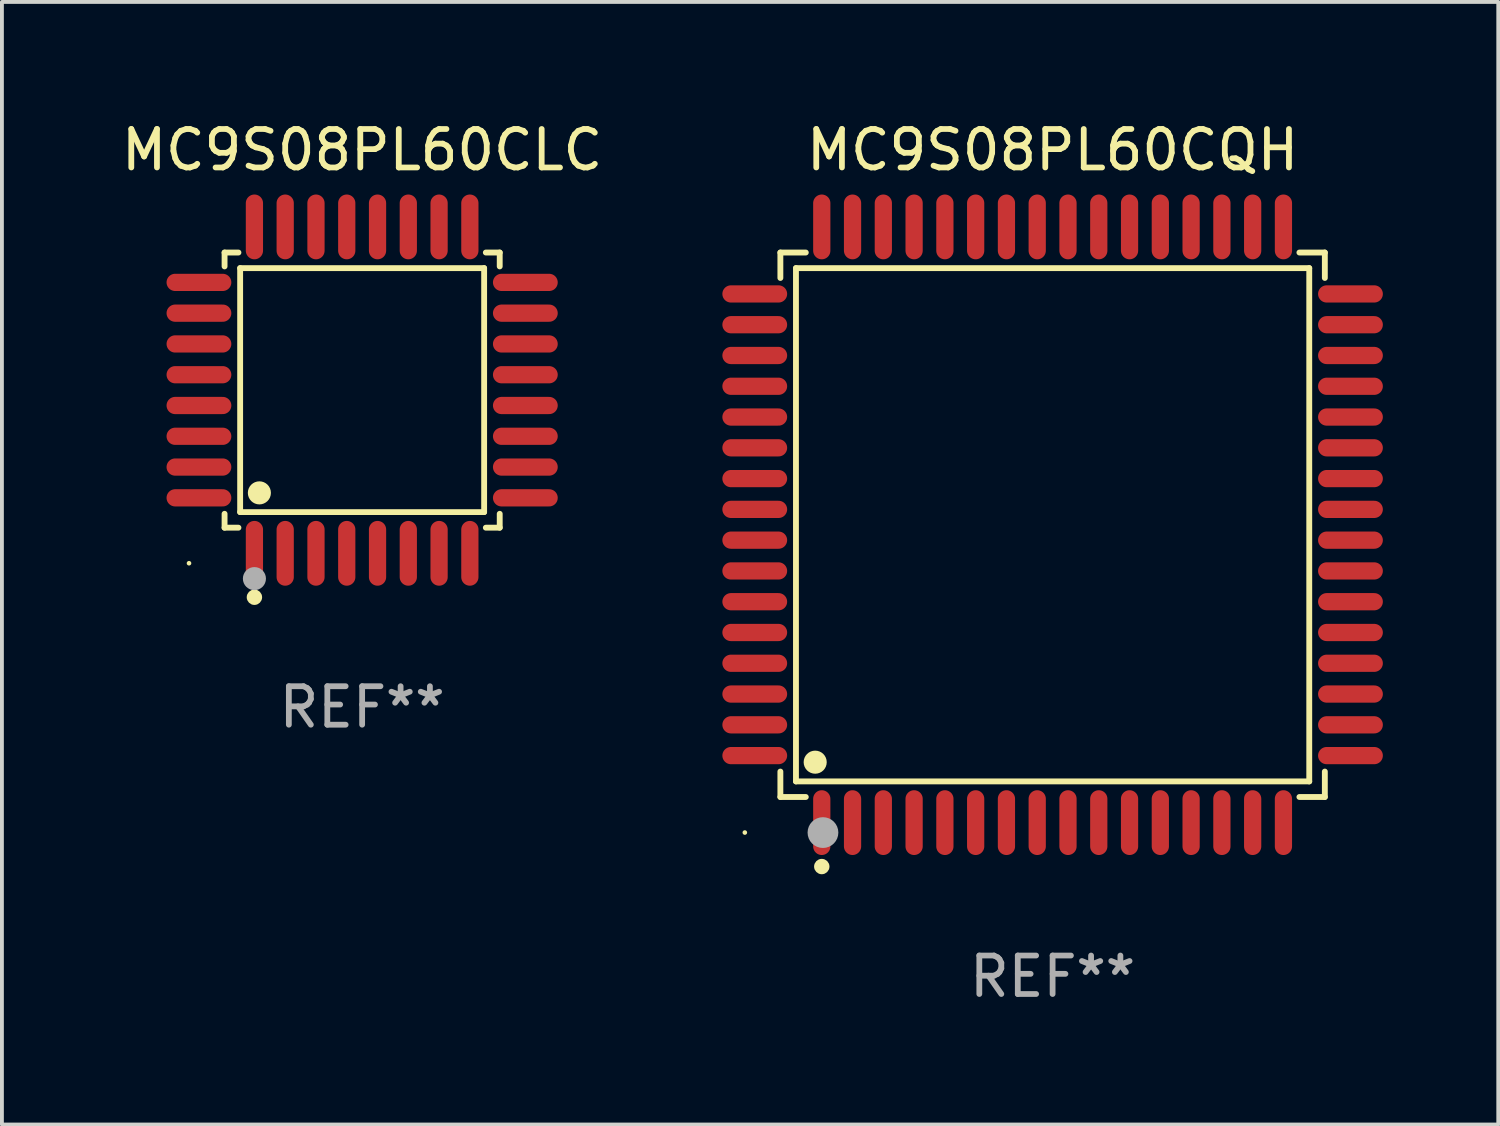
<source format=kicad_pcb>
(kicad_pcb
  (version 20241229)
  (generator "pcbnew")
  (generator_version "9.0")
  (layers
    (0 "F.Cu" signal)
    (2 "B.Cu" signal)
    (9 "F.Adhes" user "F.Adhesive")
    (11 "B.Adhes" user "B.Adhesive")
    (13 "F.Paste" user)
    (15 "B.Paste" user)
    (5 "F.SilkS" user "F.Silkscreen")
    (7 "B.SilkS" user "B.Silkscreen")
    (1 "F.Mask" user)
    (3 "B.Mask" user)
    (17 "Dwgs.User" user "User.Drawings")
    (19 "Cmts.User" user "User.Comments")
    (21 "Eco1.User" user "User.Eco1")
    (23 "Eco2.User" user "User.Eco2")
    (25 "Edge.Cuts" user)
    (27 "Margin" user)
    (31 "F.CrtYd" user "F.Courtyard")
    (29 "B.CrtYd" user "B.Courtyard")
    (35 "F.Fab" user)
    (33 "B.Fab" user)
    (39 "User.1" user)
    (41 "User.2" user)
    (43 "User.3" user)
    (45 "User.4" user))
  (footprint "MC9S08PL60CQH"
    (layer "F.Cu")
    (at 24.31 10.59)
    (property "Reference" "MC9S08PL60CQH" (at 0 -9.742 0) (layer "F.SilkS") (effects (font (size 1 1) (thickness 0.15))))
    (attr through_hole)
    (fp_line (start -7.076 -7.076) (end -6.415 -7.076) (stroke (width 0.152) (type solid)) (layer "F.SilkS"))
    (fp_line (start -7.076 -6.415) (end -7.076 -7.076) (stroke (width 0.152) (type solid)) (layer "F.SilkS"))
    (fp_line (start -7.076 6.415) (end -7.076 7.076) (stroke (width 0.152) (type solid)) (layer "F.SilkS"))
    (fp_line (start -7.076 7.076) (end -6.415 7.076) (stroke (width 0.152) (type solid)) (layer "F.SilkS"))
    (fp_line (start -6.671 -6.671) (end 6.671 -6.671) (stroke (width 0.152) (type solid)) (layer "F.SilkS"))
    (fp_line (start -6.671 6.671) (end -6.671 -6.671) (stroke (width 0.152) (type solid)) (layer "F.SilkS"))
    (fp_line (start 6.671 -6.671) (end 6.671 6.671) (stroke (width 0.152) (type solid)) (layer "F.SilkS"))
    (fp_line (start 6.671 6.671) (end -6.671 6.671) (stroke (width 0.152) (type solid)) (layer "F.SilkS"))
    (fp_line (start 7.076 -7.076) (end 6.415 -7.076) (stroke (width 0.152) (type solid)) (layer "F.SilkS"))
    (fp_line (start 7.076 -6.415) (end 7.076 -7.076) (stroke (width 0.152) (type solid)) (layer "F.SilkS"))
    (fp_line (start 7.076 6.415) (end 7.076 7.076) (stroke (width 0.152) (type solid)) (layer "F.SilkS"))
    (fp_line (start 7.076 7.076) (end 6.415 7.076) (stroke (width 0.152) (type solid)) (layer "F.SilkS"))
    (fp_circle (center -8 8) (end -7.97 8) (stroke (width 0.06) (type solid)) (fill no) (layer "F.SilkS"))
    (fp_circle (center -6.171 6.171) (end -6.021 6.171) (stroke (width 0.3) (type solid)) (fill no) (layer "F.SilkS"))
    (fp_circle (center -6 8.884) (end -5.9 8.884) (stroke (width 0.2) (type solid)) (fill no) (layer "F.SilkS"))
    (fp_circle (center -5.969 8.001) (end -5.769 8.001) (stroke (width 0.4) (type solid)) (fill no) (layer "F.Fab"))
    (fp_text user "REF**" (at 0 11.742 0) (layer "F.Fab") (effects (font (size 1 1) (thickness 0.15))))
    (pad "1" smd oval (at -6 7.742) (size 0.448 1.684) (layers "F.Cu" "F.Mask" "F.Paste"))
    (pad "2" smd oval (at -5.2 7.742) (size 0.448 1.684) (layers "F.Cu" "F.Mask" "F.Paste"))
    (pad "3" smd oval (at -4.4 7.742) (size 0.448 1.684) (layers "F.Cu" "F.Mask" "F.Paste"))
    (pad "4" smd oval (at -3.6 7.742) (size 0.448 1.684) (layers "F.Cu" "F.Mask" "F.Paste"))
    (pad "5" smd oval (at -2.8 7.742) (size 0.448 1.684) (layers "F.Cu" "F.Mask" "F.Paste"))
    (pad "6" smd oval (at -2 7.742) (size 0.448 1.684) (layers "F.Cu" "F.Mask" "F.Paste"))
    (pad "7" smd oval (at -1.2 7.742) (size 0.448 1.684) (layers "F.Cu" "F.Mask" "F.Paste"))
    (pad "8" smd oval (at -0.4 7.742) (size 0.448 1.684) (layers "F.Cu" "F.Mask" "F.Paste"))
    (pad "9" smd oval (at 0.4 7.742) (size 0.448 1.684) (layers "F.Cu" "F.Mask" "F.Paste"))
    (pad "10" smd oval (at 1.2 7.742) (size 0.448 1.684) (layers "F.Cu" "F.Mask" "F.Paste"))
    (pad "11" smd oval (at 2 7.742) (size 0.448 1.684) (layers "F.Cu" "F.Mask" "F.Paste"))
    (pad "12" smd oval (at 2.8 7.742) (size 0.448 1.684) (layers "F.Cu" "F.Mask" "F.Paste"))
    (pad "13" smd oval (at 3.6 7.742) (size 0.448 1.684) (layers "F.Cu" "F.Mask" "F.Paste"))
    (pad "14" smd oval (at 4.4 7.742) (size 0.448 1.684) (layers "F.Cu" "F.Mask" "F.Paste"))
    (pad "15" smd oval (at 5.2 7.742) (size 0.448 1.684) (layers "F.Cu" "F.Mask" "F.Paste"))
    (pad "16" smd oval (at 6 7.742) (size 0.448 1.684) (layers "F.Cu" "F.Mask" "F.Paste"))
    (pad "17" smd oval (at 7.742 6) (size 1.684 0.448) (layers "F.Cu" "F.Mask" "F.Paste"))
    (pad "18" smd oval (at 7.742 5.2) (size 1.684 0.448) (layers "F.Cu" "F.Mask" "F.Paste"))
    (pad "19" smd oval (at 7.742 4.4) (size 1.684 0.448) (layers "F.Cu" "F.Mask" "F.Paste"))
    (pad "20" smd oval (at 7.742 3.6) (size 1.684 0.448) (layers "F.Cu" "F.Mask" "F.Paste"))
    (pad "21" smd oval (at 7.742 2.8) (size 1.684 0.448) (layers "F.Cu" "F.Mask" "F.Paste"))
    (pad "22" smd oval (at 7.742 2) (size 1.684 0.448) (layers "F.Cu" "F.Mask" "F.Paste"))
    (pad "23" smd oval (at 7.742 1.2) (size 1.684 0.448) (layers "F.Cu" "F.Mask" "F.Paste"))
    (pad "24" smd oval (at 7.742 0.4) (size 1.684 0.448) (layers "F.Cu" "F.Mask" "F.Paste"))
    (pad "25" smd oval (at 7.742 -0.4) (size 1.684 0.448) (layers "F.Cu" "F.Mask" "F.Paste"))
    (pad "26" smd oval (at 7.742 -1.2) (size 1.684 0.448) (layers "F.Cu" "F.Mask" "F.Paste"))
    (pad "27" smd oval (at 7.742 -2) (size 1.684 0.448) (layers "F.Cu" "F.Mask" "F.Paste"))
    (pad "28" smd oval (at 7.742 -2.8) (size 1.684 0.448) (layers "F.Cu" "F.Mask" "F.Paste"))
    (pad "29" smd oval (at 7.742 -3.6) (size 1.684 0.448) (layers "F.Cu" "F.Mask" "F.Paste"))
    (pad "30" smd oval (at 7.742 -4.4) (size 1.684 0.448) (layers "F.Cu" "F.Mask" "F.Paste"))
    (pad "31" smd oval (at 7.742 -5.2) (size 1.684 0.448) (layers "F.Cu" "F.Mask" "F.Paste"))
    (pad "32" smd oval (at 7.742 -6) (size 1.684 0.448) (layers "F.Cu" "F.Mask" "F.Paste"))
    (pad "33" smd oval (at 6 -7.742) (size 0.448 1.684) (layers "F.Cu" "F.Mask" "F.Paste"))
    (pad "34" smd oval (at 5.2 -7.742) (size 0.448 1.684) (layers "F.Cu" "F.Mask" "F.Paste"))
    (pad "35" smd oval (at 4.4 -7.742) (size 0.448 1.684) (layers "F.Cu" "F.Mask" "F.Paste"))
    (pad "36" smd oval (at 3.6 -7.742) (size 0.448 1.684) (layers "F.Cu" "F.Mask" "F.Paste"))
    (pad "37" smd oval (at 2.8 -7.742) (size 0.448 1.684) (layers "F.Cu" "F.Mask" "F.Paste"))
    (pad "38" smd oval (at 2 -7.742) (size 0.448 1.684) (layers "F.Cu" "F.Mask" "F.Paste"))
    (pad "39" smd oval (at 1.2 -7.742) (size 0.448 1.684) (layers "F.Cu" "F.Mask" "F.Paste"))
    (pad "40" smd oval (at 0.4 -7.742) (size 0.448 1.684) (layers "F.Cu" "F.Mask" "F.Paste"))
    (pad "41" smd oval (at -0.4 -7.742) (size 0.448 1.684) (layers "F.Cu" "F.Mask" "F.Paste"))
    (pad "42" smd oval (at -1.2 -7.742) (size 0.448 1.684) (layers "F.Cu" "F.Mask" "F.Paste"))
    (pad "43" smd oval (at -2 -7.742) (size 0.448 1.684) (layers "F.Cu" "F.Mask" "F.Paste"))
    (pad "44" smd oval (at -2.8 -7.742) (size 0.448 1.684) (layers "F.Cu" "F.Mask" "F.Paste"))
    (pad "45" smd oval (at -3.6 -7.742) (size 0.448 1.684) (layers "F.Cu" "F.Mask" "F.Paste"))
    (pad "46" smd oval (at -4.4 -7.742) (size 0.448 1.684) (layers "F.Cu" "F.Mask" "F.Paste"))
    (pad "47" smd oval (at -5.2 -7.742) (size 0.448 1.684) (layers "F.Cu" "F.Mask" "F.Paste"))
    (pad "48" smd oval (at -6 -7.742) (size 0.448 1.684) (layers "F.Cu" "F.Mask" "F.Paste"))
    (pad "49" smd oval (at -7.742 -6) (size 1.684 0.448) (layers "F.Cu" "F.Mask" "F.Paste"))
    (pad "50" smd oval (at -7.742 -5.2) (size 1.684 0.448) (layers "F.Cu" "F.Mask" "F.Paste"))
    (pad "51" smd oval (at -7.742 -4.4) (size 1.684 0.448) (layers "F.Cu" "F.Mask" "F.Paste"))
    (pad "52" smd oval (at -7.742 -3.6) (size 1.684 0.448) (layers "F.Cu" "F.Mask" "F.Paste"))
    (pad "53" smd oval (at -7.742 -2.8) (size 1.684 0.448) (layers "F.Cu" "F.Mask" "F.Paste"))
    (pad "54" smd oval (at -7.742 -2) (size 1.684 0.448) (layers "F.Cu" "F.Mask" "F.Paste"))
    (pad "55" smd oval (at -7.742 -1.2) (size 1.684 0.448) (layers "F.Cu" "F.Mask" "F.Paste"))
    (pad "56" smd oval (at -7.742 -0.4) (size 1.684 0.448) (layers "F.Cu" "F.Mask" "F.Paste"))
    (pad "57" smd oval (at -7.742 0.4) (size 1.684 0.448) (layers "F.Cu" "F.Mask" "F.Paste"))
    (pad "58" smd oval (at -7.742 1.2) (size 1.684 0.448) (layers "F.Cu" "F.Mask" "F.Paste"))
    (pad "59" smd oval (at -7.742 2) (size 1.684 0.448) (layers "F.Cu" "F.Mask" "F.Paste"))
    (pad "60" smd oval (at -7.742 2.8) (size 1.684 0.448) (layers "F.Cu" "F.Mask" "F.Paste"))
    (pad "61" smd oval (at -7.742 3.6) (size 1.684 0.448) (layers "F.Cu" "F.Mask" "F.Paste"))
    (pad "62" smd oval (at -7.742 4.4) (size 1.684 0.448) (layers "F.Cu" "F.Mask" "F.Paste"))
    (pad "63" smd oval (at -7.742 5.2) (size 1.684 0.448) (layers "F.Cu" "F.Mask" "F.Paste"))
    (pad "64" smd oval (at -7.742 6) (size 1.684 0.448) (layers "F.Cu" "F.Mask" "F.Paste")))
  (footprint "MC9S08PL60CLC"
    (layer "F.Cu")
    (at 6.363 7.09)
    (property "Reference" "MC9S08PL60CLC" (at 0 -6.242 0) (layer "F.SilkS") (effects (font (size 1 1) (thickness 0.15))))
    (attr through_hole)
    (fp_line (start -3.576 -3.576) (end -3.215 -3.576) (stroke (width 0.152) (type solid)) (layer "F.SilkS"))
    (fp_line (start -3.576 -3.215) (end -3.576 -3.576) (stroke (width 0.152) (type solid)) (layer "F.SilkS"))
    (fp_line (start -3.576 3.215) (end -3.576 3.576) (stroke (width 0.152) (type solid)) (layer "F.SilkS"))
    (fp_line (start -3.576 3.576) (end -3.215 3.576) (stroke (width 0.152) (type solid)) (layer "F.SilkS"))
    (fp_line (start -3.171 -3.171) (end 3.171 -3.171) (stroke (width 0.152) (type solid)) (layer "F.SilkS"))
    (fp_line (start -3.171 3.171) (end -3.171 -3.171) (stroke (width 0.152) (type solid)) (layer "F.SilkS"))
    (fp_line (start 3.171 -3.171) (end 3.171 3.171) (stroke (width 0.152) (type solid)) (layer "F.SilkS"))
    (fp_line (start 3.171 3.171) (end -3.171 3.171) (stroke (width 0.152) (type solid)) (layer "F.SilkS"))
    (fp_line (start 3.576 -3.576) (end 3.215 -3.576) (stroke (width 0.152) (type solid)) (layer "F.SilkS"))
    (fp_line (start 3.576 -3.215) (end 3.576 -3.576) (stroke (width 0.152) (type solid)) (layer "F.SilkS"))
    (fp_line (start 3.576 3.215) (end 3.576 3.576) (stroke (width 0.152) (type solid)) (layer "F.SilkS"))
    (fp_line (start 3.576 3.576) (end 3.215 3.576) (stroke (width 0.152) (type solid)) (layer "F.SilkS"))
    (fp_circle (center -4.5 4.5) (end -4.47 4.5) (stroke (width 0.06) (type solid)) (fill no) (layer "F.SilkS"))
    (fp_circle (center -2.8 5.384) (end -2.7 5.384) (stroke (width 0.2) (type solid)) (fill no) (layer "F.SilkS"))
    (fp_circle (center -2.671 2.671) (end -2.521 2.671) (stroke (width 0.3) (type solid)) (fill no) (layer "F.SilkS"))
    (fp_circle (center -2.8 4.9) (end -2.65 4.9) (stroke (width 0.3) (type solid)) (fill no) (layer "F.Fab"))
    (fp_text user "REF**" (at 0 8.242 0) (layer "F.Fab") (effects (font (size 1 1) (thickness 0.15))))
    (pad "1" smd oval (at -2.8 4.242) (size 0.448 1.684) (layers "F.Cu" "F.Mask" "F.Paste"))
    (pad "2" smd oval (at -2 4.242) (size 0.448 1.684) (layers "F.Cu" "F.Mask" "F.Paste"))
    (pad "3" smd oval (at -1.2 4.242) (size 0.448 1.684) (layers "F.Cu" "F.Mask" "F.Paste"))
    (pad "4" smd oval (at -0.4 4.242) (size 0.448 1.684) (layers "F.Cu" "F.Mask" "F.Paste"))
    (pad "5" smd oval (at 0.4 4.242) (size 0.448 1.684) (layers "F.Cu" "F.Mask" "F.Paste"))
    (pad "6" smd oval (at 1.2 4.242) (size 0.448 1.684) (layers "F.Cu" "F.Mask" "F.Paste"))
    (pad "7" smd oval (at 2 4.242) (size 0.448 1.684) (layers "F.Cu" "F.Mask" "F.Paste"))
    (pad "8" smd oval (at 2.8 4.242) (size 0.448 1.684) (layers "F.Cu" "F.Mask" "F.Paste"))
    (pad "9" smd oval (at 4.242 2.8) (size 1.684 0.448) (layers "F.Cu" "F.Mask" "F.Paste"))
    (pad "10" smd oval (at 4.242 2) (size 1.684 0.448) (layers "F.Cu" "F.Mask" "F.Paste"))
    (pad "11" smd oval (at 4.242 1.2) (size 1.684 0.448) (layers "F.Cu" "F.Mask" "F.Paste"))
    (pad "12" smd oval (at 4.242 0.4) (size 1.684 0.448) (layers "F.Cu" "F.Mask" "F.Paste"))
    (pad "13" smd oval (at 4.242 -0.4) (size 1.684 0.448) (layers "F.Cu" "F.Mask" "F.Paste"))
    (pad "14" smd oval (at 4.242 -1.2) (size 1.684 0.448) (layers "F.Cu" "F.Mask" "F.Paste"))
    (pad "15" smd oval (at 4.242 -2) (size 1.684 0.448) (layers "F.Cu" "F.Mask" "F.Paste"))
    (pad "16" smd oval (at 4.242 -2.8) (size 1.684 0.448) (layers "F.Cu" "F.Mask" "F.Paste"))
    (pad "17" smd oval (at 2.8 -4.242) (size 0.448 1.684) (layers "F.Cu" "F.Mask" "F.Paste"))
    (pad "18" smd oval (at 2 -4.242) (size 0.448 1.684) (layers "F.Cu" "F.Mask" "F.Paste"))
    (pad "19" smd oval (at 1.2 -4.242) (size 0.448 1.684) (layers "F.Cu" "F.Mask" "F.Paste"))
    (pad "20" smd oval (at 0.4 -4.242) (size 0.448 1.684) (layers "F.Cu" "F.Mask" "F.Paste"))
    (pad "21" smd oval (at -0.4 -4.242) (size 0.448 1.684) (layers "F.Cu" "F.Mask" "F.Paste"))
    (pad "22" smd oval (at -1.2 -4.242) (size 0.448 1.684) (layers "F.Cu" "F.Mask" "F.Paste"))
    (pad "23" smd oval (at -2 -4.242) (size 0.448 1.684) (layers "F.Cu" "F.Mask" "F.Paste"))
    (pad "24" smd oval (at -2.8 -4.242) (size 0.448 1.684) (layers "F.Cu" "F.Mask" "F.Paste"))
    (pad "25" smd oval (at -4.242 -2.8) (size 1.684 0.448) (layers "F.Cu" "F.Mask" "F.Paste"))
    (pad "26" smd oval (at -4.242 -2) (size 1.684 0.448) (layers "F.Cu" "F.Mask" "F.Paste"))
    (pad "27" smd oval (at -4.242 -1.2) (size 1.684 0.448) (layers "F.Cu" "F.Mask" "F.Paste"))
    (pad "28" smd oval (at -4.242 -0.4) (size 1.684 0.448) (layers "F.Cu" "F.Mask" "F.Paste"))
    (pad "29" smd oval (at -4.242 0.4) (size 1.684 0.448) (layers "F.Cu" "F.Mask" "F.Paste"))
    (pad "30" smd oval (at -4.242 1.2) (size 1.684 0.448) (layers "F.Cu" "F.Mask" "F.Paste"))
    (pad "31" smd oval (at -4.242 2) (size 1.684 0.448) (layers "F.Cu" "F.Mask" "F.Paste"))
    (pad "32" smd oval (at -4.242 2.8) (size 1.684 0.448) (layers "F.Cu" "F.Mask" "F.Paste")))
  (gr_rect
    (start -3 -3)
    (end 35.894 26.18)
    (stroke (width 0.1) (type default))
    (fill no)
    (layer "Edge.Cuts")))
</source>
